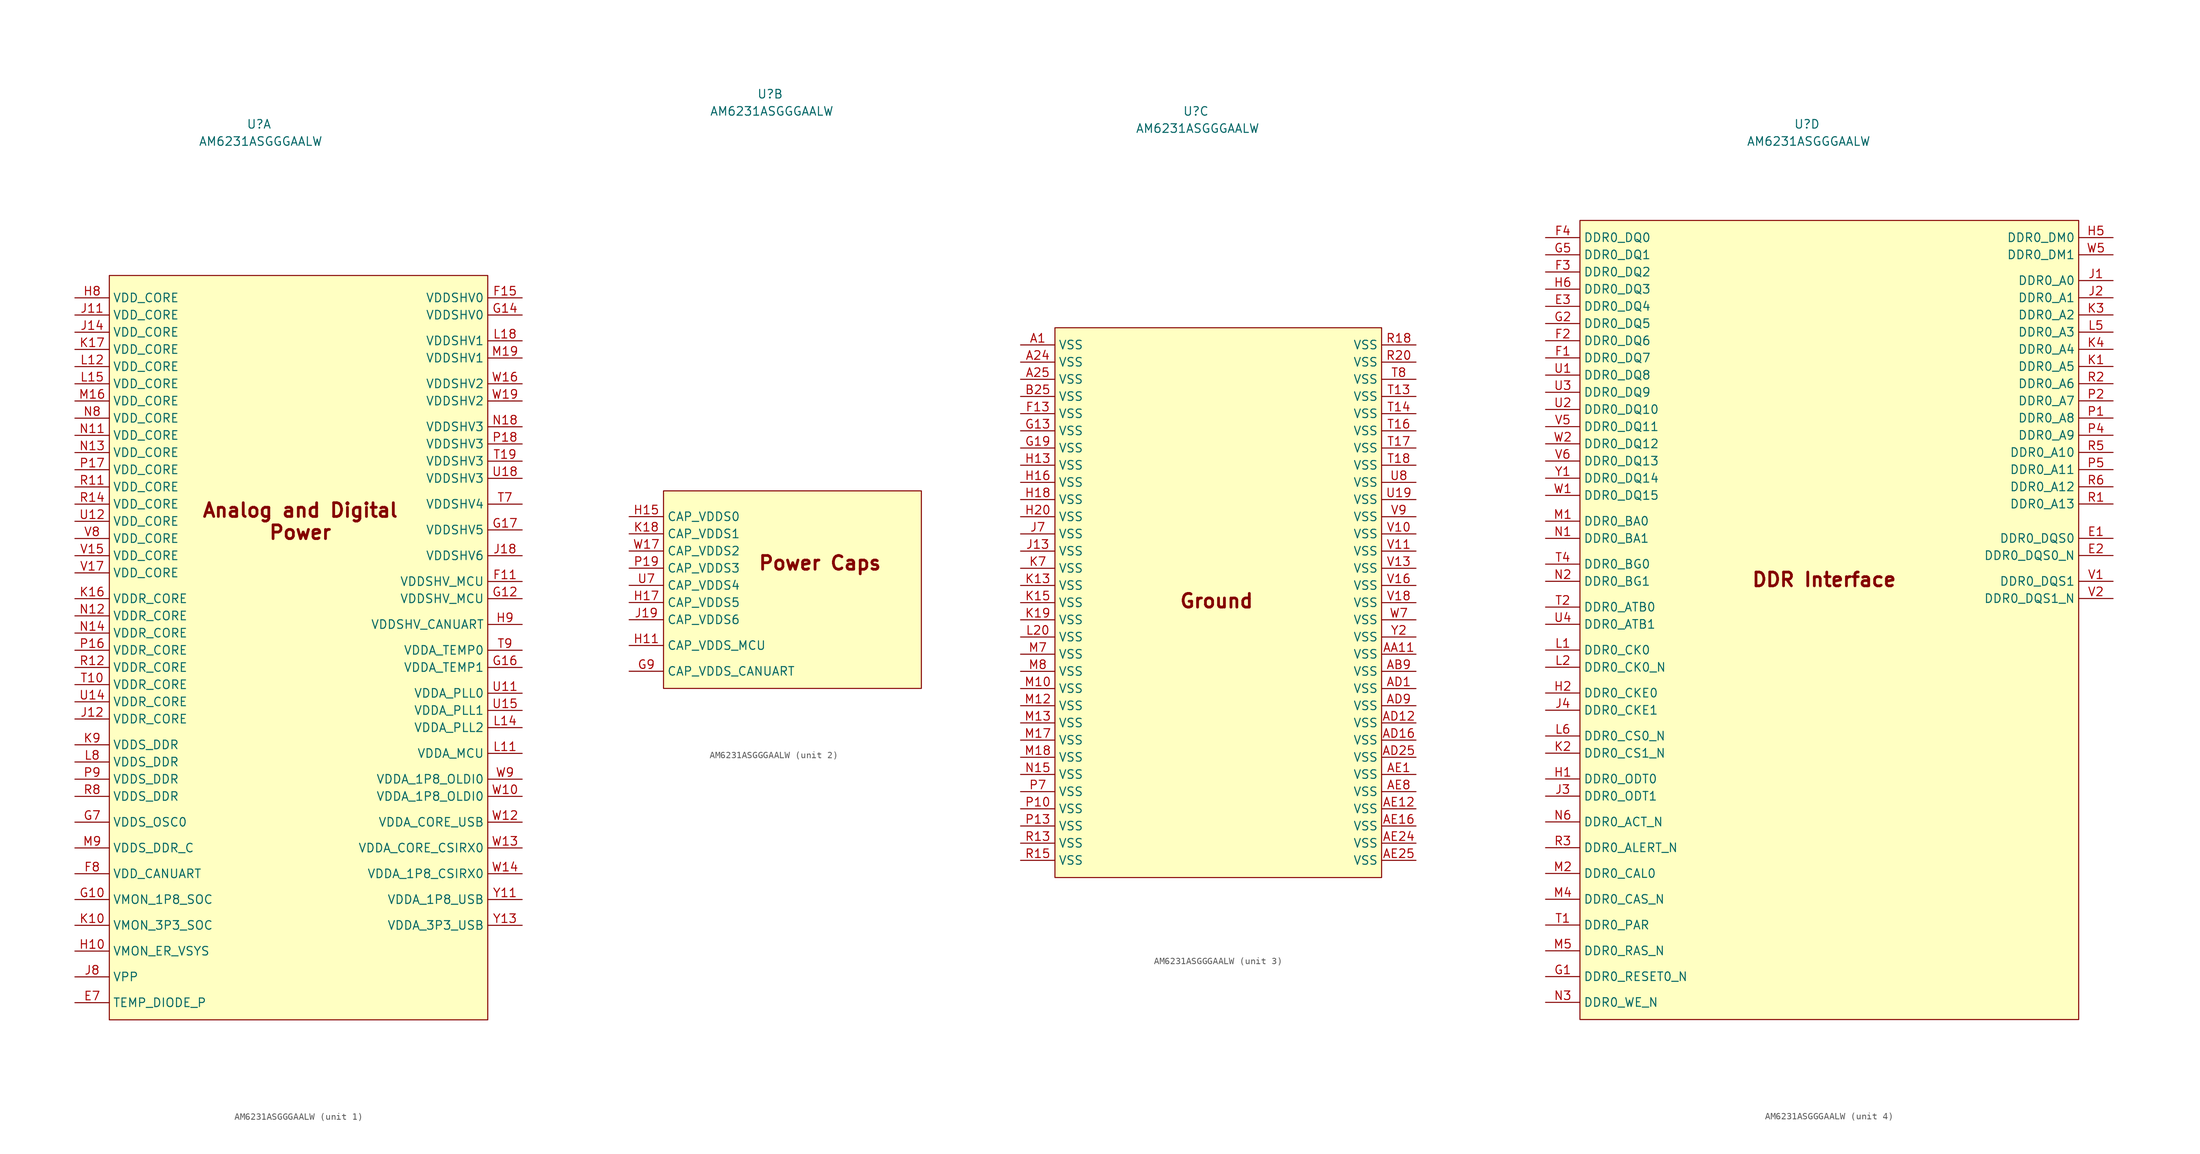
<source format=kicad_sym>
(kicad_symbol_lib
  (version 20241209)
  (generator "kicad_symbol_editor")
  (generator_version "9.0")
  (symbol "AM6231ASGGGAALW"
    (property "Reference" "U"
      (at -3.302 72.644 0)
      (effects (font (size 1.27 1.27))))
    (property "Value" "AM6231ASGGGAALW"
      (at -3.048 70.104 0)
      (effects (font (size 1.27 1.27))))
    (property "ki_locked" ""
      (at 0 0 0)
      (effects (font (size 1.27 1.27))))
    (symbol "AM6231ASGGGAALW_1_1"
      (rectangle (start -25.4 50.292) (end 30.48 -59.69) (stroke (width 0) (type solid)) (fill (type background)))
      (text "Analog and Digital\nPower" (at 2.794 13.97 0) (effects (font (size 2.032 2.032) (thickness 0.406) (bold yes))))
      (pin power_in line (at -30.48 46.99 0) (length 5.08) (name "VDD_CORE" (effects (font (size 1.27 1.27)))) (number "H8" (effects (font (size 1.27 1.27)))))
      (pin power_in line (at -30.48 44.45 0) (length 5.08) (name "VDD_CORE" (effects (font (size 1.27 1.27)))) (number "J11" (effects (font (size 1.27 1.27)))))
      (pin power_in line (at -30.48 41.91 0) (length 5.08) (name "VDD_CORE" (effects (font (size 1.27 1.27)))) (number "J14" (effects (font (size 1.27 1.27)))))
      (pin power_in line (at -30.48 39.37 0) (length 5.08) (name "VDD_CORE" (effects (font (size 1.27 1.27)))) (number "K17" (effects (font (size 1.27 1.27)))))
      (pin power_in line (at -30.48 36.83 0) (length 5.08) (name "VDD_CORE" (effects (font (size 1.27 1.27)))) (number "L12" (effects (font (size 1.27 1.27)))))
      (pin power_in line (at -30.48 34.29 0) (length 5.08) (name "VDD_CORE" (effects (font (size 1.27 1.27)))) (number "L15" (effects (font (size 1.27 1.27)))))
      (pin power_in line (at -30.48 31.75 0) (length 5.08) (name "VDD_CORE" (effects (font (size 1.27 1.27)))) (number "M16" (effects (font (size 1.27 1.27)))))
      (pin power_in line (at -30.48 29.21 0) (length 5.08) (name "VDD_CORE" (effects (font (size 1.27 1.27)))) (number "N8" (effects (font (size 1.27 1.27)))))
      (pin power_in line (at -30.48 26.67 0) (length 5.08) (name "VDD_CORE" (effects (font (size 1.27 1.27)))) (number "N11" (effects (font (size 1.27 1.27)))))
      (pin power_in line (at -30.48 24.13 0) (length 5.08) (name "VDD_CORE" (effects (font (size 1.27 1.27)))) (number "N13" (effects (font (size 1.27 1.27)))))
      (pin power_in line (at -30.48 21.59 0) (length 5.08) (name "VDD_CORE" (effects (font (size 1.27 1.27)))) (number "P17" (effects (font (size 1.27 1.27)))))
      (pin power_in line (at -30.48 19.05 0) (length 5.08) (name "VDD_CORE" (effects (font (size 1.27 1.27)))) (number "R11" (effects (font (size 1.27 1.27)))))
      (pin power_in line (at -30.48 16.51 0) (length 5.08) (name "VDD_CORE" (effects (font (size 1.27 1.27)))) (number "R14" (effects (font (size 1.27 1.27)))))
      (pin power_in line (at -30.48 13.97 0) (length 5.08) (name "VDD_CORE" (effects (font (size 1.27 1.27)))) (number "U12" (effects (font (size 1.27 1.27)))))
      (pin power_in line (at -30.48 11.43 0) (length 5.08) (name "VDD_CORE" (effects (font (size 1.27 1.27)))) (number "V8" (effects (font (size 1.27 1.27)))))
      (pin power_in line (at -30.48 8.89 0) (length 5.08) (name "VDD_CORE" (effects (font (size 1.27 1.27)))) (number "V15" (effects (font (size 1.27 1.27)))))
      (pin power_in line (at -30.48 6.35 0) (length 5.08) (name "VDD_CORE" (effects (font (size 1.27 1.27)))) (number "V17" (effects (font (size 1.27 1.27)))))
      (pin power_in line (at -30.48 2.54 0) (length 5.08) (name "VDDR_CORE" (effects (font (size 1.27 1.27)))) (number "K16" (effects (font (size 1.27 1.27)))))
      (pin power_in line (at -30.48 0 0) (length 5.08) (name "VDDR_CORE" (effects (font (size 1.27 1.27)))) (number "N12" (effects (font (size 1.27 1.27)))))
      (pin power_in line (at -30.48 -2.54 0) (length 5.08) (name "VDDR_CORE" (effects (font (size 1.27 1.27)))) (number "N14" (effects (font (size 1.27 1.27)))))
      (pin power_in line (at -30.48 -5.08 0) (length 5.08) (name "VDDR_CORE" (effects (font (size 1.27 1.27)))) (number "P16" (effects (font (size 1.27 1.27)))))
      (pin power_in line (at -30.48 -7.62 0) (length 5.08) (name "VDDR_CORE" (effects (font (size 1.27 1.27)))) (number "R12" (effects (font (size 1.27 1.27)))))
      (pin power_in line (at -30.48 -10.16 0) (length 5.08) (name "VDDR_CORE" (effects (font (size 1.27 1.27)))) (number "T10" (effects (font (size 1.27 1.27)))))
      (pin power_in line (at -30.48 -12.7 0) (length 5.08) (name "VDDR_CORE" (effects (font (size 1.27 1.27)))) (number "U14" (effects (font (size 1.27 1.27)))))
      (pin power_in line (at -30.48 -15.24 0) (length 5.08) (name "VDDR_CORE" (effects (font (size 1.27 1.27)))) (number "J12" (effects (font (size 1.27 1.27)))))
      (pin power_in line (at -30.48 -19.05 0) (length 5.08) (name "VDDS_DDR" (effects (font (size 1.27 1.27)))) (number "K9" (effects (font (size 1.27 1.27)))))
      (pin power_in line (at -30.48 -21.59 0) (length 5.08) (name "VDDS_DDR" (effects (font (size 1.27 1.27)))) (number "L8" (effects (font (size 1.27 1.27)))))
      (pin power_in line (at -30.48 -24.13 0) (length 5.08) (name "VDDS_DDR" (effects (font (size 1.27 1.27)))) (number "P9" (effects (font (size 1.27 1.27)))))
      (pin power_in line (at -30.48 -26.67 0) (length 5.08) (name "VDDS_DDR" (effects (font (size 1.27 1.27)))) (number "R8" (effects (font (size 1.27 1.27)))))
      (pin power_in line (at -30.48 -30.48 0) (length 5.08) (name "VDDS_OSC0" (effects (font (size 1.27 1.27)))) (number "G7" (effects (font (size 1.27 1.27)))))
      (pin power_in line (at -30.48 -34.29 0) (length 5.08) (name "VDDS_DDR_C" (effects (font (size 1.27 1.27)))) (number "M9" (effects (font (size 1.27 1.27)))))
      (pin power_in line (at -30.48 -38.1 0) (length 5.08) (name "VDD_CANUART" (effects (font (size 1.27 1.27)))) (number "F8" (effects (font (size 1.27 1.27)))))
      (pin power_in line (at -30.48 -41.91 0) (length 5.08) (name "VMON_1P8_SOC" (effects (font (size 1.27 1.27)))) (number "G10" (effects (font (size 1.27 1.27)))))
      (pin power_in line (at -30.48 -45.72 0) (length 5.08) (name "VMON_3P3_SOC" (effects (font (size 1.27 1.27)))) (number "K10" (effects (font (size 1.27 1.27)))))
      (pin power_in line (at -30.48 -49.53 0) (length 5.08) (name "VMON_ER_VSYS" (effects (font (size 1.27 1.27)))) (number "H10" (effects (font (size 1.27 1.27)))))
      (pin power_in line (at -30.48 -53.34 0) (length 5.08) (name "VPP" (effects (font (size 1.27 1.27)))) (number "J8" (effects (font (size 1.27 1.27)))))
      (pin power_in line (at -30.48 -57.15 0) (length 5.08) (name "TEMP_DIODE_P" (effects (font (size 1.27 1.27)))) (number "E7" (effects (font (size 1.27 1.27)))))
      (pin power_in line (at 35.56 46.99 180) (length 5.08) (name "VDDSHV0" (effects (font (size 1.27 1.27)))) (number "F15" (effects (font (size 1.27 1.27)))))
      (pin power_in line (at 35.56 44.45 180) (length 5.08) (name "VDDSHV0" (effects (font (size 1.27 1.27)))) (number "G14" (effects (font (size 1.27 1.27)))))
      (pin power_in line (at 35.56 40.64 180) (length 5.08) (name "VDDSHV1" (effects (font (size 1.27 1.27)))) (number "L18" (effects (font (size 1.27 1.27)))))
      (pin power_in line (at 35.56 38.1 180) (length 5.08) (name "VDDSHV1" (effects (font (size 1.27 1.27)))) (number "M19" (effects (font (size 1.27 1.27)))))
      (pin power_in line (at 35.56 34.29 180) (length 5.08) (name "VDDSHV2" (effects (font (size 1.27 1.27)))) (number "W16" (effects (font (size 1.27 1.27)))))
      (pin power_in line (at 35.56 31.75 180) (length 5.08) (name "VDDSHV2" (effects (font (size 1.27 1.27)))) (number "W19" (effects (font (size 1.27 1.27)))))
      (pin power_in line (at 35.56 27.94 180) (length 5.08) (name "VDDSHV3" (effects (font (size 1.27 1.27)))) (number "N18" (effects (font (size 1.27 1.27)))))
      (pin power_in line (at 35.56 25.4 180) (length 5.08) (name "VDDSHV3" (effects (font (size 1.27 1.27)))) (number "P18" (effects (font (size 1.27 1.27)))))
      (pin power_in line (at 35.56 22.86 180) (length 5.08) (name "VDDSHV3" (effects (font (size 1.27 1.27)))) (number "T19" (effects (font (size 1.27 1.27)))))
      (pin power_in line (at 35.56 20.32 180) (length 5.08) (name "VDDSHV3" (effects (font (size 1.27 1.27)))) (number "U18" (effects (font (size 1.27 1.27)))))
      (pin power_in line (at 35.56 16.51 180) (length 5.08) (name "VDDSHV4" (effects (font (size 1.27 1.27)))) (number "T7" (effects (font (size 1.27 1.27)))))
      (pin power_in line (at 35.56 12.7 180) (length 5.08) (name "VDDSHV5" (effects (font (size 1.27 1.27)))) (number "G17" (effects (font (size 1.27 1.27)))))
      (pin power_in line (at 35.56 8.89 180) (length 5.08) (name "VDDSHV6" (effects (font (size 1.27 1.27)))) (number "J18" (effects (font (size 1.27 1.27)))))
      (pin power_in line (at 35.56 5.08 180) (length 5.08) (name "VDDSHV_MCU" (effects (font (size 1.27 1.27)))) (number "F11" (effects (font (size 1.27 1.27)))))
      (pin power_in line (at 35.56 2.54 180) (length 5.08) (name "VDDSHV_MCU" (effects (font (size 1.27 1.27)))) (number "G12" (effects (font (size 1.27 1.27)))))
      (pin power_in line (at 35.56 -1.27 180) (length 5.08) (name "VDDSHV_CANUART" (effects (font (size 1.27 1.27)))) (number "H9" (effects (font (size 1.27 1.27)))))
      (pin power_in line (at 35.56 -5.08 180) (length 5.08) (name "VDDA_TEMP0" (effects (font (size 1.27 1.27)))) (number "T9" (effects (font (size 1.27 1.27)))))
      (pin power_in line (at 35.56 -7.62 180) (length 5.08) (name "VDDA_TEMP1" (effects (font (size 1.27 1.27)))) (number "G16" (effects (font (size 1.27 1.27)))))
      (pin power_in line (at 35.56 -11.43 180) (length 5.08) (name "VDDA_PLL0" (effects (font (size 1.27 1.27)))) (number "U11" (effects (font (size 1.27 1.27)))))
      (pin power_in line (at 35.56 -13.97 180) (length 5.08) (name "VDDA_PLL1" (effects (font (size 1.27 1.27)))) (number "U15" (effects (font (size 1.27 1.27)))))
      (pin power_in line (at 35.56 -16.51 180) (length 5.08) (name "VDDA_PLL2" (effects (font (size 1.27 1.27)))) (number "L14" (effects (font (size 1.27 1.27)))))
      (pin power_in line (at 35.56 -20.32 180) (length 5.08) (name "VDDA_MCU" (effects (font (size 1.27 1.27)))) (number "L11" (effects (font (size 1.27 1.27)))))
      (pin power_in line (at 35.56 -24.13 180) (length 5.08) (name "VDDA_1P8_OLDI0" (effects (font (size 1.27 1.27)))) (number "W9" (effects (font (size 1.27 1.27)))))
      (pin power_in line (at 35.56 -26.67 180) (length 5.08) (name "VDDA_1P8_OLDI0" (effects (font (size 1.27 1.27)))) (number "W10" (effects (font (size 1.27 1.27)))))
      (pin power_in line (at 35.56 -30.48 180) (length 5.08) (name "VDDA_CORE_USB" (effects (font (size 1.27 1.27)))) (number "W12" (effects (font (size 1.27 1.27)))))
      (pin power_in line (at 35.56 -34.29 180) (length 5.08) (name "VDDA_CORE_CSIRX0" (effects (font (size 1.27 1.27)))) (number "W13" (effects (font (size 1.27 1.27)))))
      (pin power_in line (at 35.56 -38.1 180) (length 5.08) (name "VDDA_1P8_CSIRX0" (effects (font (size 1.27 1.27)))) (number "W14" (effects (font (size 1.27 1.27)))))
      (pin power_in line (at 35.56 -41.91 180) (length 5.08) (name "VDDA_1P8_USB" (effects (font (size 1.27 1.27)))) (number "Y11" (effects (font (size 1.27 1.27)))))
      (pin power_in line (at 35.56 -45.72 180) (length 5.08) (name "VDDA_3P3_USB" (effects (font (size 1.27 1.27)))) (number "Y13" (effects (font (size 1.27 1.27))))))
    (symbol "AM6231ASGGGAALW_2_1"
      (rectangle (start -19.05 13.97) (end 19.05 -15.24) (stroke (width 0) (type solid)) (fill (type background)))
      (text "Power Caps" (at 4.064 3.302 0) (effects (font (size 2.032 2.032) (thickness 0.406) (bold yes))))
      (pin power_in line (at -24.13 10.16 0) (length 5.08) (name "CAP_VDDS0" (effects (font (size 1.27 1.27)))) (number "H15" (effects (font (size 1.27 1.27)))))
      (pin power_in line (at -24.13 7.62 0) (length 5.08) (name "CAP_VDDS1" (effects (font (size 1.27 1.27)))) (number "K18" (effects (font (size 1.27 1.27)))))
      (pin power_in line (at -24.13 5.08 0) (length 5.08) (name "CAP_VDDS2" (effects (font (size 1.27 1.27)))) (number "W17" (effects (font (size 1.27 1.27)))))
      (pin power_in line (at -24.13 2.54 0) (length 5.08) (name "CAP_VDDS3" (effects (font (size 1.27 1.27)))) (number "P19" (effects (font (size 1.27 1.27)))))
      (pin power_in line (at -24.13 0 0) (length 5.08) (name "CAP_VDDS4" (effects (font (size 1.27 1.27)))) (number "U7" (effects (font (size 1.27 1.27)))))
      (pin power_in line (at -24.13 -2.54 0) (length 5.08) (name "CAP_VDDS5" (effects (font (size 1.27 1.27)))) (number "H17" (effects (font (size 1.27 1.27)))))
      (pin power_in line (at -24.13 -5.08 0) (length 5.08) (name "CAP_VDDS6" (effects (font (size 1.27 1.27)))) (number "J19" (effects (font (size 1.27 1.27)))))
      (pin power_in line (at -24.13 -8.89 0) (length 5.08) (name "CAP_VDDS_MCU" (effects (font (size 1.27 1.27)))) (number "H11" (effects (font (size 1.27 1.27)))))
      (pin power_in line (at -24.13 -12.7 0) (length 5.08) (name "CAP_VDDS_CANUART" (effects (font (size 1.27 1.27)))) (number "G9" (effects (font (size 1.27 1.27))))))
    (symbol "AM6231ASGGGAALW_3_1"
      (rectangle (start -24.13 40.64) (end 24.13 -40.64) (stroke (width 0) (type solid)) (fill (type background)))
      (text "Ground" (at -0.254 0.254 0) (effects (font (size 2.032 2.032) (thickness 0.406) (bold yes))))
      (pin power_in line (at -29.21 38.1 0) (length 5.08) (name "VSS" (effects (font (size 1.27 1.27)))) (number "A1" (effects (font (size 1.27 1.27)))))
      (pin power_in line (at -29.21 35.56 0) (length 5.08) (name "VSS" (effects (font (size 1.27 1.27)))) (number "A24" (effects (font (size 1.27 1.27)))))
      (pin power_in line (at -29.21 33.02 0) (length 5.08) (name "VSS" (effects (font (size 1.27 1.27)))) (number "A25" (effects (font (size 1.27 1.27)))))
      (pin power_in line (at -29.21 30.48 0) (length 5.08) (name "VSS" (effects (font (size 1.27 1.27)))) (number "B25" (effects (font (size 1.27 1.27)))))
      (pin power_in line (at -29.21 27.94 0) (length 5.08) (name "VSS" (effects (font (size 1.27 1.27)))) (number "F13" (effects (font (size 1.27 1.27)))))
      (pin power_in line (at -29.21 25.4 0) (length 5.08) (name "VSS" (effects (font (size 1.27 1.27)))) (number "G13" (effects (font (size 1.27 1.27)))))
      (pin power_in line (at -29.21 22.86 0) (length 5.08) (name "VSS" (effects (font (size 1.27 1.27)))) (number "G19" (effects (font (size 1.27 1.27)))))
      (pin power_in line (at -29.21 20.32 0) (length 5.08) (name "VSS" (effects (font (size 1.27 1.27)))) (number "H13" (effects (font (size 1.27 1.27)))))
      (pin power_in line (at -29.21 17.78 0) (length 5.08) (name "VSS" (effects (font (size 1.27 1.27)))) (number "H16" (effects (font (size 1.27 1.27)))))
      (pin power_in line (at -29.21 15.24 0) (length 5.08) (name "VSS" (effects (font (size 1.27 1.27)))) (number "H18" (effects (font (size 1.27 1.27)))))
      (pin power_in line (at -29.21 12.7 0) (length 5.08) (name "VSS" (effects (font (size 1.27 1.27)))) (number "H20" (effects (font (size 1.27 1.27)))))
      (pin power_in line (at -29.21 10.16 0) (length 5.08) (name "VSS" (effects (font (size 1.27 1.27)))) (number "J7" (effects (font (size 1.27 1.27)))))
      (pin power_in line (at -29.21 7.62 0) (length 5.08) (name "VSS" (effects (font (size 1.27 1.27)))) (number "J13" (effects (font (size 1.27 1.27)))))
      (pin power_in line (at -29.21 5.08 0) (length 5.08) (name "VSS" (effects (font (size 1.27 1.27)))) (number "K7" (effects (font (size 1.27 1.27)))))
      (pin power_in line (at -29.21 2.54 0) (length 5.08) (name "VSS" (effects (font (size 1.27 1.27)))) (number "K13" (effects (font (size 1.27 1.27)))))
      (pin power_in line (at -29.21 0 0) (length 5.08) (name "VSS" (effects (font (size 1.27 1.27)))) (number "K15" (effects (font (size 1.27 1.27)))))
      (pin power_in line (at -29.21 -2.54 0) (length 5.08) (name "VSS" (effects (font (size 1.27 1.27)))) (number "K19" (effects (font (size 1.27 1.27)))))
      (pin power_in line (at -29.21 -5.08 0) (length 5.08) (name "VSS" (effects (font (size 1.27 1.27)))) (number "L20" (effects (font (size 1.27 1.27)))))
      (pin power_in line (at -29.21 -7.62 0) (length 5.08) (name "VSS" (effects (font (size 1.27 1.27)))) (number "M7" (effects (font (size 1.27 1.27)))))
      (pin power_in line (at -29.21 -10.16 0) (length 5.08) (name "VSS" (effects (font (size 1.27 1.27)))) (number "M8" (effects (font (size 1.27 1.27)))))
      (pin power_in line (at -29.21 -12.7 0) (length 5.08) (name "VSS" (effects (font (size 1.27 1.27)))) (number "M10" (effects (font (size 1.27 1.27)))))
      (pin power_in line (at -29.21 -15.24 0) (length 5.08) (name "VSS" (effects (font (size 1.27 1.27)))) (number "M12" (effects (font (size 1.27 1.27)))))
      (pin power_in line (at -29.21 -17.78 0) (length 5.08) (name "VSS" (effects (font (size 1.27 1.27)))) (number "M13" (effects (font (size 1.27 1.27)))))
      (pin power_in line (at -29.21 -20.32 0) (length 5.08) (name "VSS" (effects (font (size 1.27 1.27)))) (number "M17" (effects (font (size 1.27 1.27)))))
      (pin power_in line (at -29.21 -22.86 0) (length 5.08) (name "VSS" (effects (font (size 1.27 1.27)))) (number "M18" (effects (font (size 1.27 1.27)))))
      (pin power_in line (at -29.21 -25.4 0) (length 5.08) (name "VSS" (effects (font (size 1.27 1.27)))) (number "N15" (effects (font (size 1.27 1.27)))))
      (pin power_in line (at -29.21 -27.94 0) (length 5.08) (name "VSS" (effects (font (size 1.27 1.27)))) (number "P7" (effects (font (size 1.27 1.27)))))
      (pin power_in line (at -29.21 -30.48 0) (length 5.08) (name "VSS" (effects (font (size 1.27 1.27)))) (number "P10" (effects (font (size 1.27 1.27)))))
      (pin power_in line (at -29.21 -33.02 0) (length 5.08) (name "VSS" (effects (font (size 1.27 1.27)))) (number "P13" (effects (font (size 1.27 1.27)))))
      (pin power_in line (at -29.21 -35.56 0) (length 5.08) (name "VSS" (effects (font (size 1.27 1.27)))) (number "R13" (effects (font (size 1.27 1.27)))))
      (pin power_in line (at -29.21 -38.1 0) (length 5.08) (name "VSS" (effects (font (size 1.27 1.27)))) (number "R15" (effects (font (size 1.27 1.27)))))
      (pin power_in line (at 29.21 38.1 180) (length 5.08) (name "VSS" (effects (font (size 1.27 1.27)))) (number "R18" (effects (font (size 1.27 1.27)))))
      (pin power_in line (at 29.21 35.56 180) (length 5.08) (name "VSS" (effects (font (size 1.27 1.27)))) (number "R20" (effects (font (size 1.27 1.27)))))
      (pin power_in line (at 29.21 33.02 180) (length 5.08) (name "VSS" (effects (font (size 1.27 1.27)))) (number "T8" (effects (font (size 1.27 1.27)))))
      (pin power_in line (at 29.21 30.48 180) (length 5.08) (name "VSS" (effects (font (size 1.27 1.27)))) (number "T13" (effects (font (size 1.27 1.27)))))
      (pin power_in line (at 29.21 27.94 180) (length 5.08) (name "VSS" (effects (font (size 1.27 1.27)))) (number "T14" (effects (font (size 1.27 1.27)))))
      (pin power_in line (at 29.21 25.4 180) (length 5.08) (name "VSS" (effects (font (size 1.27 1.27)))) (number "T16" (effects (font (size 1.27 1.27)))))
      (pin power_in line (at 29.21 22.86 180) (length 5.08) (name "VSS" (effects (font (size 1.27 1.27)))) (number "T17" (effects (font (size 1.27 1.27)))))
      (pin power_in line (at 29.21 20.32 180) (length 5.08) (name "VSS" (effects (font (size 1.27 1.27)))) (number "T18" (effects (font (size 1.27 1.27)))))
      (pin power_in line (at 29.21 17.78 180) (length 5.08) (name "VSS" (effects (font (size 1.27 1.27)))) (number "U8" (effects (font (size 1.27 1.27)))))
      (pin power_in line (at 29.21 15.24 180) (length 5.08) (name "VSS" (effects (font (size 1.27 1.27)))) (number "U19" (effects (font (size 1.27 1.27)))))
      (pin power_in line (at 29.21 12.7 180) (length 5.08) (name "VSS" (effects (font (size 1.27 1.27)))) (number "V9" (effects (font (size 1.27 1.27)))))
      (pin power_in line (at 29.21 10.16 180) (length 5.08) (name "VSS" (effects (font (size 1.27 1.27)))) (number "V10" (effects (font (size 1.27 1.27)))))
      (pin power_in line (at 29.21 7.62 180) (length 5.08) (name "VSS" (effects (font (size 1.27 1.27)))) (number "V11" (effects (font (size 1.27 1.27)))))
      (pin power_in line (at 29.21 5.08 180) (length 5.08) (name "VSS" (effects (font (size 1.27 1.27)))) (number "V13" (effects (font (size 1.27 1.27)))))
      (pin power_in line (at 29.21 2.54 180) (length 5.08) (name "VSS" (effects (font (size 1.27 1.27)))) (number "V16" (effects (font (size 1.27 1.27)))))
      (pin power_in line (at 29.21 0 180) (length 5.08) (name "VSS" (effects (font (size 1.27 1.27)))) (number "V18" (effects (font (size 1.27 1.27)))))
      (pin power_in line (at 29.21 -2.54 180) (length 5.08) (name "VSS" (effects (font (size 1.27 1.27)))) (number "W7" (effects (font (size 1.27 1.27)))))
      (pin power_in line (at 29.21 -5.08 180) (length 5.08) (name "VSS" (effects (font (size 1.27 1.27)))) (number "Y2" (effects (font (size 1.27 1.27)))))
      (pin power_in line (at 29.21 -7.62 180) (length 5.08) (name "VSS" (effects (font (size 1.27 1.27)))) (number "AA11" (effects (font (size 1.27 1.27)))))
      (pin power_in line (at 29.21 -10.16 180) (length 5.08) (name "VSS" (effects (font (size 1.27 1.27)))) (number "AB9" (effects (font (size 1.27 1.27)))))
      (pin power_in line (at 29.21 -12.7 180) (length 5.08) (name "VSS" (effects (font (size 1.27 1.27)))) (number "AD1" (effects (font (size 1.27 1.27)))))
      (pin power_in line (at 29.21 -15.24 180) (length 5.08) (name "VSS" (effects (font (size 1.27 1.27)))) (number "AD9" (effects (font (size 1.27 1.27)))))
      (pin power_in line (at 29.21 -17.78 180) (length 5.08) (name "VSS" (effects (font (size 1.27 1.27)))) (number "AD12" (effects (font (size 1.27 1.27)))))
      (pin power_in line (at 29.21 -20.32 180) (length 5.08) (name "VSS" (effects (font (size 1.27 1.27)))) (number "AD16" (effects (font (size 1.27 1.27)))))
      (pin power_in line (at 29.21 -22.86 180) (length 5.08) (name "VSS" (effects (font (size 1.27 1.27)))) (number "AD25" (effects (font (size 1.27 1.27)))))
      (pin power_in line (at 29.21 -25.4 180) (length 5.08) (name "VSS" (effects (font (size 1.27 1.27)))) (number "AE1" (effects (font (size 1.27 1.27)))))
      (pin power_in line (at 29.21 -27.94 180) (length 5.08) (name "VSS" (effects (font (size 1.27 1.27)))) (number "AE8" (effects (font (size 1.27 1.27)))))
      (pin power_in line (at 29.21 -30.48 180) (length 5.08) (name "VSS" (effects (font (size 1.27 1.27)))) (number "AE12" (effects (font (size 1.27 1.27)))))
      (pin power_in line (at 29.21 -33.02 180) (length 5.08) (name "VSS" (effects (font (size 1.27 1.27)))) (number "AE16" (effects (font (size 1.27 1.27)))))
      (pin power_in line (at 29.21 -35.56 180) (length 5.08) (name "VSS" (effects (font (size 1.27 1.27)))) (number "AE24" (effects (font (size 1.27 1.27)))))
      (pin power_in line (at 29.21 -38.1 180) (length 5.08) (name "VSS" (effects (font (size 1.27 1.27)))) (number "AE25" (effects (font (size 1.27 1.27))))))
    (symbol "AM6231ASGGGAALW_4_1"
      (rectangle (start -36.83 58.42) (end 36.83 -59.69) (stroke (width 0) (type solid)) (fill (type background)))
      (text "DDR Interface" (at -0.762 5.334 0) (effects (font (size 2.032 2.032) (thickness 0.406) (bold yes))))
      (pin bidirectional line (at -41.91 55.88 0) (length 5.08) (name "DDR0_DQ0" (effects (font (size 1.27 1.27)))) (number "F4" (effects (font (size 1.27 1.27)))))
      (pin bidirectional line (at -41.91 53.34 0) (length 5.08) (name "DDR0_DQ1" (effects (font (size 1.27 1.27)))) (number "G5" (effects (font (size 1.27 1.27)))))
      (pin bidirectional line (at -41.91 50.8 0) (length 5.08) (name "DDR0_DQ2" (effects (font (size 1.27 1.27)))) (number "F3" (effects (font (size 1.27 1.27)))))
      (pin bidirectional line (at -41.91 48.26 0) (length 5.08) (name "DDR0_DQ3" (effects (font (size 1.27 1.27)))) (number "H6" (effects (font (size 1.27 1.27)))))
      (pin bidirectional line (at -41.91 45.72 0) (length 5.08) (name "DDR0_DQ4" (effects (font (size 1.27 1.27)))) (number "E3" (effects (font (size 1.27 1.27)))))
      (pin bidirectional line (at -41.91 43.18 0) (length 5.08) (name "DDR0_DQ5" (effects (font (size 1.27 1.27)))) (number "G2" (effects (font (size 1.27 1.27)))))
      (pin bidirectional line (at -41.91 40.64 0) (length 5.08) (name "DDR0_DQ6" (effects (font (size 1.27 1.27)))) (number "F2" (effects (font (size 1.27 1.27)))))
      (pin bidirectional line (at -41.91 38.1 0) (length 5.08) (name "DDR0_DQ7" (effects (font (size 1.27 1.27)))) (number "F1" (effects (font (size 1.27 1.27)))))
      (pin bidirectional line (at -41.91 35.56 0) (length 5.08) (name "DDR0_DQ8" (effects (font (size 1.27 1.27)))) (number "U1" (effects (font (size 1.27 1.27)))))
      (pin bidirectional line (at -41.91 33.02 0) (length 5.08) (name "DDR0_DQ9" (effects (font (size 1.27 1.27)))) (number "U3" (effects (font (size 1.27 1.27)))))
      (pin bidirectional line (at -41.91 30.48 0) (length 5.08) (name "DDR0_DQ10" (effects (font (size 1.27 1.27)))) (number "U2" (effects (font (size 1.27 1.27)))))
      (pin bidirectional line (at -41.91 27.94 0) (length 5.08) (name "DDR0_DQ11" (effects (font (size 1.27 1.27)))) (number "V5" (effects (font (size 1.27 1.27)))))
      (pin bidirectional line (at -41.91 25.4 0) (length 5.08) (name "DDR0_DQ12" (effects (font (size 1.27 1.27)))) (number "W2" (effects (font (size 1.27 1.27)))))
      (pin bidirectional line (at -41.91 22.86 0) (length 5.08) (name "DDR0_DQ13" (effects (font (size 1.27 1.27)))) (number "V6" (effects (font (size 1.27 1.27)))))
      (pin bidirectional line (at -41.91 20.32 0) (length 5.08) (name "DDR0_DQ14" (effects (font (size 1.27 1.27)))) (number "Y1" (effects (font (size 1.27 1.27)))))
      (pin bidirectional line (at -41.91 17.78 0) (length 5.08) (name "DDR0_DQ15" (effects (font (size 1.27 1.27)))) (number "W1" (effects (font (size 1.27 1.27)))))
      (pin input line (at -41.91 13.97 0) (length 5.08) (name "DDR0_BA0" (effects (font (size 1.27 1.27)))) (number "M1" (effects (font (size 1.27 1.27)))))
      (pin input line (at -41.91 11.43 0) (length 5.08) (name "DDR0_BA1" (effects (font (size 1.27 1.27)))) (number "N1" (effects (font (size 1.27 1.27)))))
      (pin input line (at -41.91 7.62 0) (length 5.08) (name "DDR0_BG0" (effects (font (size 1.27 1.27)))) (number "T4" (effects (font (size 1.27 1.27)))))
      (pin input line (at -41.91 5.08 0) (length 5.08) (name "DDR0_BG1" (effects (font (size 1.27 1.27)))) (number "N2" (effects (font (size 1.27 1.27)))))
      (pin passive line (at -41.91 1.27 0) (length 5.08) (name "DDR0_ATB0" (effects (font (size 1.27 1.27)))) (number "T2" (effects (font (size 1.27 1.27)))))
      (pin passive line (at -41.91 -1.27 0) (length 5.08) (name "DDR0_ATB1" (effects (font (size 1.27 1.27)))) (number "U4" (effects (font (size 1.27 1.27)))))
      (pin input line (at -41.91 -5.08 0) (length 5.08) (name "DDR0_CK0" (effects (font (size 1.27 1.27)))) (number "L1" (effects (font (size 1.27 1.27)))))
      (pin input line (at -41.91 -7.62 0) (length 5.08) (name "DDR0_CK0_N" (effects (font (size 1.27 1.27)))) (number "L2" (effects (font (size 1.27 1.27)))))
      (pin input line (at -41.91 -11.43 0) (length 5.08) (name "DDR0_CKE0" (effects (font (size 1.27 1.27)))) (number "H2" (effects (font (size 1.27 1.27)))))
      (pin input line (at -41.91 -13.97 0) (length 5.08) (name "DDR0_CKE1" (effects (font (size 1.27 1.27)))) (number "J4" (effects (font (size 1.27 1.27)))))
      (pin input line (at -41.91 -17.78 0) (length 5.08) (name "DDR0_CS0_N" (effects (font (size 1.27 1.27)))) (number "L6" (effects (font (size 1.27 1.27)))))
      (pin input line (at -41.91 -20.32 0) (length 5.08) (name "DDR0_CS1_N" (effects (font (size 1.27 1.27)))) (number "K2" (effects (font (size 1.27 1.27)))))
      (pin input line (at -41.91 -24.13 0) (length 5.08) (name "DDR0_ODT0" (effects (font (size 1.27 1.27)))) (number "H1" (effects (font (size 1.27 1.27)))))
      (pin input line (at -41.91 -26.67 0) (length 5.08) (name "DDR0_ODT1" (effects (font (size 1.27 1.27)))) (number "J3" (effects (font (size 1.27 1.27)))))
      (pin input line (at -41.91 -30.48 0) (length 5.08) (name "DDR0_ACT_N" (effects (font (size 1.27 1.27)))) (number "N6" (effects (font (size 1.27 1.27)))))
      (pin open_collector line (at -41.91 -34.29 0) (length 5.08) (name "DDR0_ALERT_N" (effects (font (size 1.27 1.27)))) (number "R3" (effects (font (size 1.27 1.27)))))
      (pin input line (at -41.91 -38.1 0) (length 5.08) (name "DDR0_CAL0" (effects (font (size 1.27 1.27)))) (number "M2" (effects (font (size 1.27 1.27)))))
      (pin input line (at -41.91 -41.91 0) (length 5.08) (name "DDR0_CAS_N" (effects (font (size 1.27 1.27)))) (number "M4" (effects (font (size 1.27 1.27)))))
      (pin input line (at -41.91 -45.72 0) (length 5.08) (name "DDR0_PAR" (effects (font (size 1.27 1.27)))) (number "T1" (effects (font (size 1.27 1.27)))))
      (pin input line (at -41.91 -49.53 0) (length 5.08) (name "DDR0_RAS_N" (effects (font (size 1.27 1.27)))) (number "M5" (effects (font (size 1.27 1.27)))))
      (pin input line (at -41.91 -53.34 0) (length 5.08) (name "DDR0_RESET0_N" (effects (font (size 1.27 1.27)))) (number "G1" (effects (font (size 1.27 1.27)))))
      (pin input line (at -41.91 -57.15 0) (length 5.08) (name "DDR0_WE_N" (effects (font (size 1.27 1.27)))) (number "N3" (effects (font (size 1.27 1.27)))))
      (pin input line (at 41.91 55.88 180) (length 5.08) (name "DDR0_DM0" (effects (font (size 1.27 1.27)))) (number "H5" (effects (font (size 1.27 1.27)))))
      (pin input line (at 41.91 53.34 180) (length 5.08) (name "DDR0_DM1" (effects (font (size 1.27 1.27)))) (number "W5" (effects (font (size 1.27 1.27)))))
      (pin input line (at 41.91 49.53 180) (length 5.08) (name "DDR0_A0" (effects (font (size 1.27 1.27)))) (number "J1" (effects (font (size 1.27 1.27)))))
      (pin input line (at 41.91 46.99 180) (length 5.08) (name "DDR0_A1" (effects (font (size 1.27 1.27)))) (number "J2" (effects (font (size 1.27 1.27)))))
      (pin input line (at 41.91 44.45 180) (length 5.08) (name "DDR0_A2" (effects (font (size 1.27 1.27)))) (number "K3" (effects (font (size 1.27 1.27)))))
      (pin input line (at 41.91 41.91 180) (length 5.08) (name "DDR0_A3" (effects (font (size 1.27 1.27)))) (number "L5" (effects (font (size 1.27 1.27)))))
      (pin input line (at 41.91 39.37 180) (length 5.08) (name "DDR0_A4" (effects (font (size 1.27 1.27)))) (number "K4" (effects (font (size 1.27 1.27)))))
      (pin input line (at 41.91 36.83 180) (length 5.08) (name "DDR0_A5" (effects (font (size 1.27 1.27)))) (number "K1" (effects (font (size 1.27 1.27)))))
      (pin input line (at 41.91 34.29 180) (length 5.08) (name "DDR0_A6" (effects (font (size 1.27 1.27)))) (number "R2" (effects (font (size 1.27 1.27)))))
      (pin input line (at 41.91 31.75 180) (length 5.08) (name "DDR0_A7" (effects (font (size 1.27 1.27)))) (number "P2" (effects (font (size 1.27 1.27)))))
      (pin input line (at 41.91 29.21 180) (length 5.08) (name "DDR0_A8" (effects (font (size 1.27 1.27)))) (number "P1" (effects (font (size 1.27 1.27)))))
      (pin input line (at 41.91 26.67 180) (length 5.08) (name "DDR0_A9" (effects (font (size 1.27 1.27)))) (number "P4" (effects (font (size 1.27 1.27)))))
      (pin input line (at 41.91 24.13 180) (length 5.08) (name "DDR0_A10" (effects (font (size 1.27 1.27)))) (number "R5" (effects (font (size 1.27 1.27)))))
      (pin input line (at 41.91 21.59 180) (length 5.08) (name "DDR0_A11" (effects (font (size 1.27 1.27)))) (number "P5" (effects (font (size 1.27 1.27)))))
      (pin input line (at 41.91 19.05 180) (length 5.08) (name "DDR0_A12" (effects (font (size 1.27 1.27)))) (number "R6" (effects (font (size 1.27 1.27)))))
      (pin input line (at 41.91 16.51 180) (length 5.08) (name "DDR0_A13" (effects (font (size 1.27 1.27)))) (number "R1" (effects (font (size 1.27 1.27)))))
      (pin bidirectional line (at 41.91 11.43 180) (length 5.08) (name "DDR0_DQS0" (effects (font (size 1.27 1.27)))) (number "E1" (effects (font (size 1.27 1.27)))))
      (pin bidirectional line (at 41.91 8.89 180) (length 5.08) (name "DDR0_DQS0_N" (effects (font (size 1.27 1.27)))) (number "E2" (effects (font (size 1.27 1.27)))))
      (pin bidirectional line (at 41.91 5.08 180) (length 5.08) (name "DDR0_DQS1" (effects (font (size 1.27 1.27)))) (number "V1" (effects (font (size 1.27 1.27)))))
      (pin bidirectional line (at 41.91 2.54 180) (length 5.08) (name "DDR0_DQS1_N" (effects (font (size 1.27 1.27)))) (number "V2" (effects (font (size 1.27 1.27))))))))
</source>
